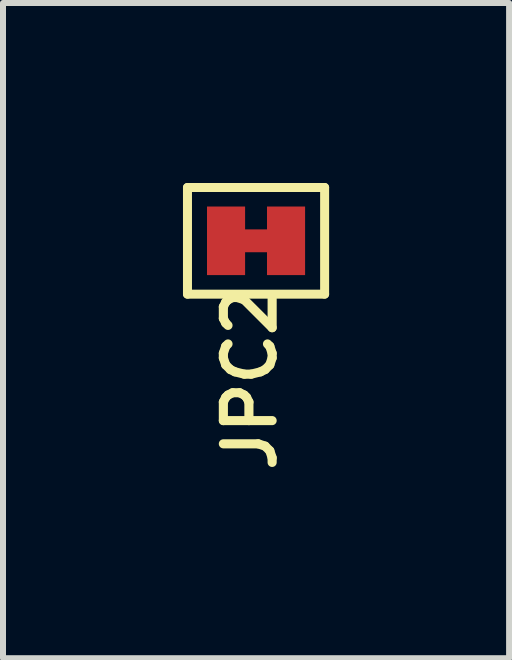
<source format=kicad_pcb>
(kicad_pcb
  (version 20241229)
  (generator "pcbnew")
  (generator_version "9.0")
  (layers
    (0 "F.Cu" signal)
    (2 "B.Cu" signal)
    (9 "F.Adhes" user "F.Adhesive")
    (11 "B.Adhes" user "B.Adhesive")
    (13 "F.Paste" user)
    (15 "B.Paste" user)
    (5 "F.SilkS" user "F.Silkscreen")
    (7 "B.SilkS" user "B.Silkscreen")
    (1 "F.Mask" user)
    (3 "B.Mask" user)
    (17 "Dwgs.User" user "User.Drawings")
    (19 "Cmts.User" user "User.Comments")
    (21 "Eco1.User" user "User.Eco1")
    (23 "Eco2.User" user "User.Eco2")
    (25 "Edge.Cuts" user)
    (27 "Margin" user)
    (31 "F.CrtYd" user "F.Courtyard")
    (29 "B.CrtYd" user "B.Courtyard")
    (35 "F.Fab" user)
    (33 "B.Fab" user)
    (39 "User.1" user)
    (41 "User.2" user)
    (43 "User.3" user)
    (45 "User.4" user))
  (footprint "JPC2"
    (layer "F.Cu")
    (at 1.218 0.964)
    (property "Reference" "JPC2" (at -0.1 2.3 270) (layer "F.SilkS") (effects (font (size 0.813 0.813) (thickness 0.152))))
    (attr smd)
    (fp_line (start -1.143 -0.889) (end 1.143 -0.889) (stroke (width 0.15) (type solid)) (layer "F.SilkS"))
    (fp_line (start -1.143 0.889) (end -1.143 -0.889) (stroke (width 0.15) (type solid)) (layer "F.SilkS"))
    (fp_line (start 1.143 -0.889) (end 1.143 0.889) (stroke (width 0.15) (type solid)) (layer "F.SilkS"))
    (fp_line (start 1.143 0.889) (end -1.143 0.889) (stroke (width 0.15) (type solid)) (layer "F.SilkS"))
    (pad "" smd rect (at 0 0 90) (size 0.381 0.381) (layers "F.Cu" "F.Mask" "F.Paste"))
    (pad "1" smd rect (at -0.5 0) (size 0.635 1.143) (layers "F.Cu" "F.Mask" "F.Paste"))
    (pad "2" smd rect (at 0.5 0) (size 0.635 1.143) (layers "F.Cu" "F.Mask" "F.Paste")))
  (gr_rect
    (start -3 -3)
    (end 5.436 7.921)
    (stroke (width 0.1) (type default))
    (fill no)
    (layer "Edge.Cuts")))
</source>
